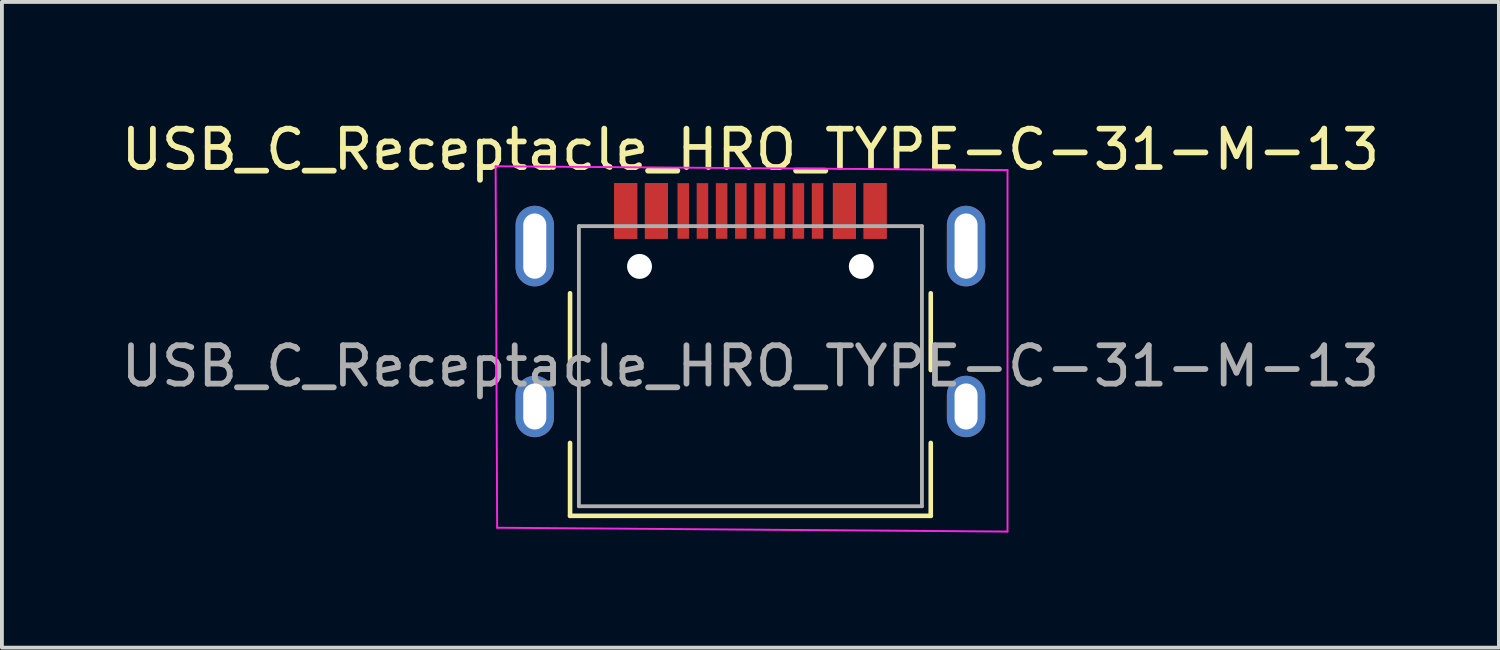
<source format=kicad_pcb>
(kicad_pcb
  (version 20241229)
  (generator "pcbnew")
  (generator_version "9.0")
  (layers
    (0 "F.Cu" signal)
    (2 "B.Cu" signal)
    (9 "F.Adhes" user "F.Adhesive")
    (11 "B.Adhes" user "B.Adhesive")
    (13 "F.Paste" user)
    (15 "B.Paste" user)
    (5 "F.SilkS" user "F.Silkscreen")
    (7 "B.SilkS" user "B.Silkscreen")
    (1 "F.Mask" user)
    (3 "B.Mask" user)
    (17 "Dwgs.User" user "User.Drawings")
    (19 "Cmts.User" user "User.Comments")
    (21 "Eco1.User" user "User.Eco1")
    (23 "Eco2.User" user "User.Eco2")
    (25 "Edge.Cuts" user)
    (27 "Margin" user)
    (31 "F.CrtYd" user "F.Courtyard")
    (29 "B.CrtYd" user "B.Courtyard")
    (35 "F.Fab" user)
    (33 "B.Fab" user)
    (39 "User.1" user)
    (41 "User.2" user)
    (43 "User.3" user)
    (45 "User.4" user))
  (footprint "USB_C_Receptacle_HRO_TYPE-C-31-M-13"
    (layer "F.Cu")
    (at 16.506 6.493)
    (property "Reference" "USB_C_Receptacle_HRO_TYPE-C-31-M-13" (at 0 -5.645 0) (layer "F.SilkS") (effects (font (size 1 1) (thickness 0.15))))
    (attr smd)
    (fp_line (start -4.7 -1.9) (end -4.7 0.1) (stroke (width 0.12) (type solid)) (layer "F.SilkS"))
    (fp_line (start -4.7 2) (end -4.7 3.9) (stroke (width 0.12) (type solid)) (layer "F.SilkS"))
    (fp_line (start -4.7 3.9) (end 4.7 3.9) (stroke (width 0.12) (type solid)) (layer "F.SilkS"))
    (fp_line (start 4.7 -1.9) (end 4.7 0.1) (stroke (width 0.12) (type solid)) (layer "F.SilkS"))
    (fp_line (start 4.7 2) (end 4.7 3.9) (stroke (width 0.12) (type solid)) (layer "F.SilkS"))
    (fp_line (start -6.64 -5.21) (end -6.6 4.21) (stroke (width 0.05) (type solid)) (layer "F.CrtYd"))
    (fp_line (start -6.64 -5.21) (end 6.7 -5.11) (stroke (width 0.05) (type solid)) (layer "F.CrtYd"))
    (fp_line (start -6.6 4.21) (end 6.7 4.31) (stroke (width 0.05) (type solid)) (layer "F.CrtYd"))
    (fp_line (start 6.7 -5.11) (end 6.7 4.31) (stroke (width 0.05) (type solid)) (layer "F.CrtYd"))
    (fp_line (start -4.47 -3.65) (end -4.47 3.65) (stroke (width 0.1) (type solid)) (layer "F.Fab"))
    (fp_line (start -4.47 -3.65) (end 4.47 -3.65) (stroke (width 0.1) (type solid)) (layer "F.Fab"))
    (fp_line (start -4.47 3.65) (end 4.47 3.65) (stroke (width 0.1) (type solid)) (layer "F.Fab"))
    (fp_line (start 4.47 -3.65) (end 4.47 3.65) (stroke (width 0.1) (type solid)) (layer "F.Fab"))
    (fp_text user "${REFERENCE}" (at 0 0 0) (layer "F.Fab") (effects (font (size 1 1) (thickness 0.15))))
    (pad "" np_thru_hole circle (at -2.89 -2.6) (size 0.65 0.65) (drill 0.65) (layers "*.Cu" "*.Mask"))
    (pad "" np_thru_hole circle (at 2.89 -2.6) (size 0.65 0.65) (drill 0.65) (layers "*.Cu" "*.Mask"))
    (pad "A1" smd rect (at -3.25 -4.045) (size 0.6 1.45) (layers "F.Cu" "F.Mask" "F.Paste"))
    (pad "A4" smd rect (at -2.45 -4.045) (size 0.6 1.45) (layers "F.Cu" "F.Mask" "F.Paste"))
    (pad "A5" smd rect (at -1.25 -4.045) (size 0.3 1.45) (layers "F.Cu" "F.Mask" "F.Paste"))
    (pad "A6" smd rect (at -0.25 -4.045) (size 0.3 1.45) (layers "F.Cu" "F.Mask" "F.Paste"))
    (pad "A7" smd rect (at 0.25 -4.045) (size 0.3 1.45) (layers "F.Cu" "F.Mask" "F.Paste"))
    (pad "A8" smd rect (at 1.25 -4.045) (size 0.3 1.45) (layers "F.Cu" "F.Mask" "F.Paste"))
    (pad "A9" smd rect (at 2.45 -4.045) (size 0.6 1.45) (layers "F.Cu" "F.Mask" "F.Paste"))
    (pad "A12" smd rect (at 3.25 -4.045) (size 0.6 1.45) (layers "F.Cu" "F.Mask" "F.Paste"))
    (pad "B1" smd rect (at 3.25 -4.045) (size 0.6 1.45) (layers "F.Cu" "F.Mask" "F.Paste"))
    (pad "B4" smd rect (at 2.45 -4.045) (size 0.6 1.45) (layers "F.Cu" "F.Mask" "F.Paste"))
    (pad "B5" smd rect (at 1.75 -4.045) (size 0.3 1.45) (layers "F.Cu" "F.Mask" "F.Paste"))
    (pad "B6" smd rect (at 0.75 -4.045) (size 0.3 1.45) (layers "F.Cu" "F.Mask" "F.Paste"))
    (pad "B7" smd rect (at -0.75 -4.045) (size 0.3 1.45) (layers "F.Cu" "F.Mask" "F.Paste"))
    (pad "B8" smd rect (at -1.75 -4.045) (size 0.3 1.45) (layers "F.Cu" "F.Mask" "F.Paste"))
    (pad "B9" smd rect (at -2.45 -4.045) (size 0.6 1.45) (layers "F.Cu" "F.Mask" "F.Paste"))
    (pad "B12" smd rect (at -3.25 -4.045) (size 0.6 1.45) (layers "F.Cu" "F.Mask" "F.Paste"))
    (pad "S1" thru_hole oval (at -5.62 -3.13) (size 1 2.1) (drill oval 0.6 1.7) (layers "*.Cu" "*.Mask"))
    (pad "S1" thru_hole oval (at -5.62 1.05) (size 1 1.6) (drill oval 0.6 1.2) (layers "*.Cu" "*.Mask"))
    (pad "S1" thru_hole oval (at 5.62 -3.13) (size 1 2.1) (drill oval 0.6 1.7) (layers "*.Cu" "*.Mask"))
    (pad "S1" thru_hole oval (at 5.62 1.05) (size 1 1.6) (drill oval 0.6 1.2) (layers "*.Cu" "*.Mask")))
  (gr_rect
    (start -3 -3)
    (end 36.012 13.828)
    (stroke (width 0.1) (type default))
    (fill no)
    (layer "Edge.Cuts")))
</source>
